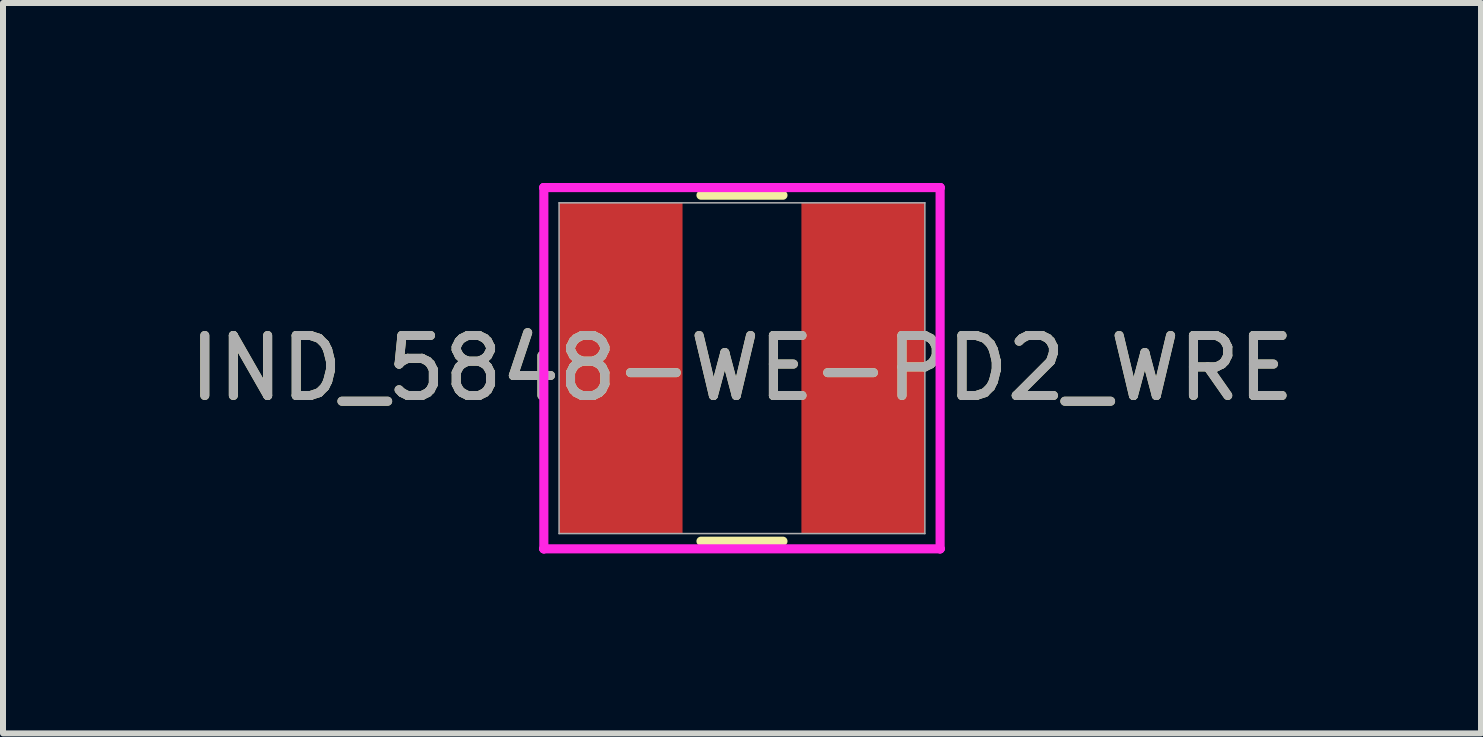
<source format=kicad_pcb>
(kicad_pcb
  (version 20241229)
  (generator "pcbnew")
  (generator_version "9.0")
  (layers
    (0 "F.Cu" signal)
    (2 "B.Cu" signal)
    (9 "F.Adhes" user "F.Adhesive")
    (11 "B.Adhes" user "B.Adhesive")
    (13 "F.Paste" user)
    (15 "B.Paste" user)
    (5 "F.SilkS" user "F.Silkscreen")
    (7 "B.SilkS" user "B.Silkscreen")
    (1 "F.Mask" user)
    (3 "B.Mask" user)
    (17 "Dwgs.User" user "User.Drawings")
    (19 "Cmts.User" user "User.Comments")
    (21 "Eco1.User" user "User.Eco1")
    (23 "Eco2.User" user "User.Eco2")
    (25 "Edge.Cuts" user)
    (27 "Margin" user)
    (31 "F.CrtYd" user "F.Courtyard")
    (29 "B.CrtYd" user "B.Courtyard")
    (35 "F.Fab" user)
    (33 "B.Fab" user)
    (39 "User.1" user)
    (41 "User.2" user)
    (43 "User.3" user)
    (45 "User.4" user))
  (footprint "IND_5848-WE-PD2_WRE"
    (layer "F.Cu")
    (at 9.315 3.086)
    (property "Reference" "IND_5848-WE-PD2_WRE" (at 0 0 0) (unlocked yes) (layer "F.SilkS") (effects (font (size 1 1) (thickness 0.15))))
    (attr smd)
    (fp_line (start -0.683 2.883) (end 0.683 2.883) (stroke (width 0.152) (type solid)) (layer "F.SilkS"))
    (fp_line (start 0.683 -2.883) (end -0.683 -2.883) (stroke (width 0.152) (type solid)) (layer "F.SilkS"))
    (fp_line (start -3.302 -3.01) (end -3.302 -3.01) (stroke (width 0.152) (type solid)) (layer "F.CrtYd"))
    (fp_line (start -3.302 -3.01) (end -3.302 -3.01) (stroke (width 0.152) (type solid)) (layer "F.CrtYd"))
    (fp_line (start -3.302 -3.01) (end 3.302 -3.01) (stroke (width 0.152) (type solid)) (layer "F.CrtYd"))
    (fp_line (start -3.302 3.01) (end -3.302 -3.01) (stroke (width 0.152) (type solid)) (layer "F.CrtYd"))
    (fp_line (start -3.302 3.01) (end -3.302 3.01) (stroke (width 0.152) (type solid)) (layer "F.CrtYd"))
    (fp_line (start -3.302 3.01) (end -3.302 3.01) (stroke (width 0.152) (type solid)) (layer "F.CrtYd"))
    (fp_line (start 3.302 -3.01) (end 3.302 -3.01) (stroke (width 0.152) (type solid)) (layer "F.CrtYd"))
    (fp_line (start 3.302 -3.01) (end 3.302 -3.01) (stroke (width 0.152) (type solid)) (layer "F.CrtYd"))
    (fp_line (start 3.302 -3.01) (end 3.302 3.01) (stroke (width 0.152) (type solid)) (layer "F.CrtYd"))
    (fp_line (start 3.302 3.01) (end -3.302 3.01) (stroke (width 0.152) (type solid)) (layer "F.CrtYd"))
    (fp_line (start 3.302 3.01) (end 3.302 3.01) (stroke (width 0.152) (type solid)) (layer "F.CrtYd"))
    (fp_line (start 3.302 3.01) (end 3.302 3.01) (stroke (width 0.152) (type solid)) (layer "F.CrtYd"))
    (fp_line (start -3.048 -2.756) (end -3.048 2.756) (stroke (width 0.025) (type solid)) (layer "F.Fab"))
    (fp_line (start -3.048 2.756) (end 3.048 2.756) (stroke (width 0.025) (type solid)) (layer "F.Fab"))
    (fp_line (start 3.048 -2.756) (end -3.048 -2.756) (stroke (width 0.025) (type solid)) (layer "F.Fab"))
    (fp_line (start 3.048 2.756) (end 3.048 -2.756) (stroke (width 0.025) (type solid)) (layer "F.Fab"))
    (fp_circle (center 0 0) (end 0 0) (stroke (width 0.025) (type solid)) (fill no) (layer "F.Fab"))
    (fp_text user "${REFERENCE}" (at 0 0 0) (unlocked yes) (layer "F.Fab") (effects (font (size 1 1) (thickness 0.15))))
    (pad "1" smd rect (at -2.019 0) (size 2.057 5.512) (layers "F.Cu" "F.Mask" "F.Paste"))
    (pad "2" smd rect (at 2.019 0) (size 2.057 5.512) (layers "F.Cu" "F.Mask" "F.Paste")))
  (gr_rect
    (start -3 -3)
    (end 21.631 9.172)
    (stroke (width 0.1) (type default))
    (fill no)
    (layer "Edge.Cuts")))
</source>
